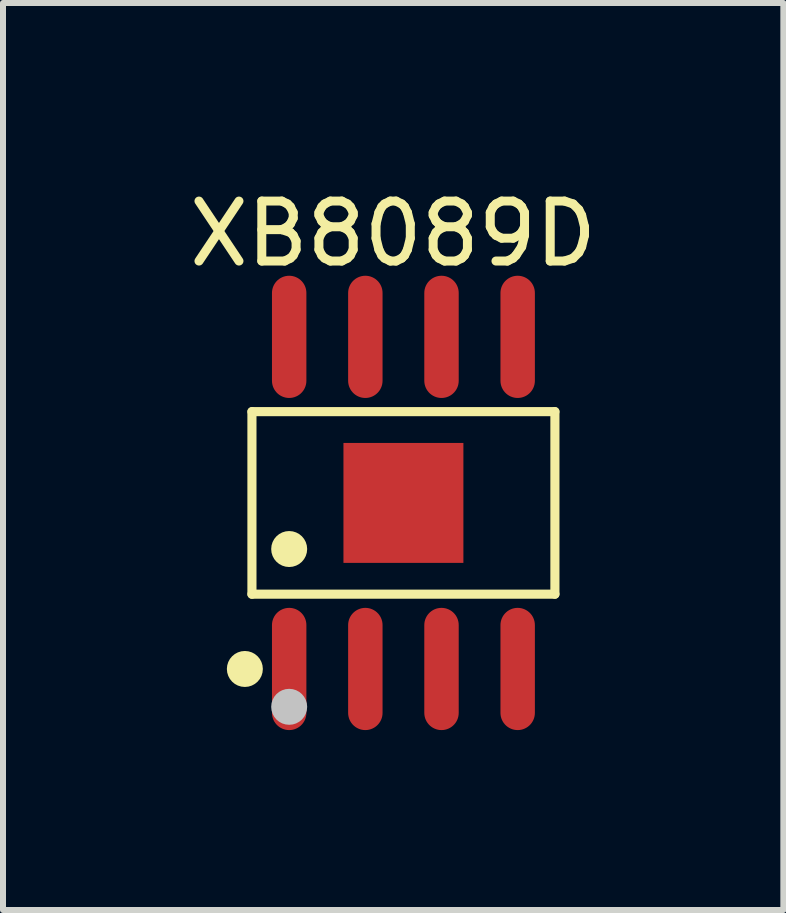
<source format=kicad_pcb>
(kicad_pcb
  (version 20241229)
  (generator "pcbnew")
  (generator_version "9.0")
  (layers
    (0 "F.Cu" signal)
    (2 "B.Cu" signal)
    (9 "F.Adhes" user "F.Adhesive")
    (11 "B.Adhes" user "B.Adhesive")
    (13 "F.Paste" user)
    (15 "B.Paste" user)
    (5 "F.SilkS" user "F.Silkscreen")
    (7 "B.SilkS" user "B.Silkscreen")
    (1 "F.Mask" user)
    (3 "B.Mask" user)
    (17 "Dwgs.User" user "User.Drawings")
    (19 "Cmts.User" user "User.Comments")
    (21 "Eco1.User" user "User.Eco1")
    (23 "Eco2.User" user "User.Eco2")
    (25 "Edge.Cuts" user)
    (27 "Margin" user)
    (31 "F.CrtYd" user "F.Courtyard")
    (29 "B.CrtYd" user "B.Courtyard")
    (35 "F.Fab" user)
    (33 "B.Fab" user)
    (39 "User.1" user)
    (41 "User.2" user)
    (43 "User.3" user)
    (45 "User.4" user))
  (footprint "XB8089D"
    (layer "F.Cu")
    (at 3.677 5.336)
    (property "Reference" "XB8089D" (at -0.171 -4.488 0) (layer "F.SilkS") (effects (font (size 1 1) (thickness 0.15))))
    (fp_line (start -2.526 -1.522) (end 2.526 -1.522) (stroke (width 0.152) (type default)) (layer "F.SilkS"))
    (fp_line (start -2.526 1.522) (end -2.526 -1.522) (stroke (width 0.152) (type default)) (layer "F.SilkS"))
    (fp_line (start 2.526 -1.522) (end 2.526 1.522) (stroke (width 0.152) (type default)) (layer "F.SilkS"))
    (fp_line (start 2.526 1.522) (end -2.526 1.522) (stroke (width 0.152) (type default)) (layer "F.SilkS"))
    (fp_circle (center -2.644 2.769) (end -2.494 2.769) (stroke (width 0.3) (type default)) (fill no) (layer "F.SilkS"))
    (fp_circle (center -1.905 0.769) (end -1.755 0.769) (stroke (width 0.3) (type default)) (fill no) (layer "F.SilkS"))
    (fp_circle (center -1.905 3.4) (end -1.755 3.4) (stroke (width 0.3) (type default)) (fill no) (layer "Dwgs.User"))
    (fp_poly (pts (xy -2.11 -3) (xy -2.11 -2.165) (xy -1.7 -2.165) (xy -1.7 -3)) (stroke (width 0.1) (type default)) (fill no) (layer "User.1"))
    (fp_poly (pts (xy -2.11 -2.175) (xy -2.11 -1.94) (xy -1.7 -1.94) (xy -1.7 -2.175)) (stroke (width 0.1) (type default)) (fill no) (layer "User.1"))
    (fp_poly (pts (xy -2.11 2.175) (xy -2.11 1.94) (xy -1.7 1.94) (xy -1.7 2.175)) (stroke (width 0.1) (type default)) (fill no) (layer "User.1"))
    (fp_poly (pts (xy -2.11 3) (xy -2.11 2.165) (xy -1.7 2.165) (xy -1.7 3)) (stroke (width 0.1) (type default)) (fill no) (layer "User.1"))
    (fp_poly (pts (xy -1 1) (xy -1 -1) (xy 1 -1) (xy 1 1)) (stroke (width 0.1) (type default)) (fill no) (layer "User.1"))
    (fp_poly (pts (xy -0.84 -3) (xy -0.84 -2.165) (xy -0.43 -2.165) (xy -0.43 -3)) (stroke (width 0.1) (type default)) (fill no) (layer "User.1"))
    (fp_poly (pts (xy -0.84 -2.175) (xy -0.84 -1.94) (xy -0.43 -1.94) (xy -0.43 -2.175)) (stroke (width 0.1) (type default)) (fill no) (layer "User.1"))
    (fp_poly (pts (xy -0.84 2.175) (xy -0.84 1.94) (xy -0.43 1.94) (xy -0.43 2.175)) (stroke (width 0.1) (type default)) (fill no) (layer "User.1"))
    (fp_poly (pts (xy -0.84 3) (xy -0.84 2.165) (xy -0.43 2.165) (xy -0.43 3)) (stroke (width 0.1) (type default)) (fill no) (layer "User.1"))
    (fp_poly (pts (xy 0.43 -3) (xy 0.43 -2.165) (xy 0.84 -2.165) (xy 0.84 -3)) (stroke (width 0.1) (type default)) (fill no) (layer "User.1"))
    (fp_poly (pts (xy 0.43 -2.175) (xy 0.43 -1.94) (xy 0.84 -1.94) (xy 0.84 -2.175)) (stroke (width 0.1) (type default)) (fill no) (layer "User.1"))
    (fp_poly (pts (xy 0.43 2.175) (xy 0.43 1.94) (xy 0.84 1.94) (xy 0.84 2.175)) (stroke (width 0.1) (type default)) (fill no) (layer "User.1"))
    (fp_poly (pts (xy 0.43 3) (xy 0.43 2.165) (xy 0.84 2.165) (xy 0.84 3)) (stroke (width 0.1) (type default)) (fill no) (layer "User.1"))
    (fp_poly (pts (xy 1.7 -3) (xy 1.7 -2.165) (xy 2.11 -2.165) (xy 2.11 -3)) (stroke (width 0.1) (type default)) (fill no) (layer "User.1"))
    (fp_poly (pts (xy 1.7 -2.175) (xy 1.7 -1.94) (xy 2.11 -1.94) (xy 2.11 -2.175)) (stroke (width 0.1) (type default)) (fill no) (layer "User.1"))
    (fp_poly (pts (xy 1.7 2.175) (xy 1.7 1.94) (xy 2.11 1.94) (xy 2.11 2.175)) (stroke (width 0.1) (type default)) (fill no) (layer "User.1"))
    (fp_poly (pts (xy 1.7 3) (xy 1.7 2.165) (xy 2.11 2.165) (xy 2.11 3)) (stroke (width 0.1) (type default)) (fill no) (layer "User.1"))
    (fp_line (start -2.45 -1.95) (end 2.45 -1.95) (stroke (width 0.051) (type default)) (layer "User.2"))
    (fp_line (start -2.45 1.95) (end -2.45 -1.95) (stroke (width 0.051) (type default)) (layer "User.2"))
    (fp_line (start 2.45 -1.95) (end 2.45 1.95) (stroke (width 0.051) (type default)) (layer "User.2"))
    (fp_line (start 2.45 1.95) (end -2.45 1.95) (stroke (width 0.051) (type default)) (layer "User.2"))
    (fp_poly (pts (xy -2.39 3) (xy -2.408 2.958) (xy -2.45 2.94) (xy -2.492 2.958) (xy -2.51 3) (xy -2.492 3.042) (xy -2.45 3.06) (xy -2.408 3.042)) (stroke (width 0.1) (type default)) (fill no) (layer "User.3"))
    (pad "1" smd oval (at -1.905 2.769) (size 0.574 2.038) (layers "F.Cu" "F.Mask" "F.Paste"))
    (pad "2" smd oval (at -0.635 2.769) (size 0.574 2.038) (layers "F.Cu" "F.Mask" "F.Paste"))
    (pad "3" smd oval (at 0.635 2.769) (size 0.574 2.038) (layers "F.Cu" "F.Mask" "F.Paste"))
    (pad "4" smd oval (at 1.905 2.769) (size 0.574 2.038) (layers "F.Cu" "F.Mask" "F.Paste"))
    (pad "5" smd oval (at 1.905 -2.769) (size 0.574 2.038) (layers "F.Cu" "F.Mask" "F.Paste"))
    (pad "6" smd oval (at 0.635 -2.769) (size 0.574 2.038) (layers "F.Cu" "F.Mask" "F.Paste"))
    (pad "7" smd oval (at -0.635 -2.769) (size 0.574 2.038) (layers "F.Cu" "F.Mask" "F.Paste"))
    (pad "8" smd oval (at -1.905 -2.769) (size 0.574 2.038) (layers "F.Cu" "F.Mask" "F.Paste"))
    (pad "9" smd rect (at 0 0) (size 2 2) (layers "F.Cu" "F.Mask" "F.Paste")))
  (gr_rect
    (start -3 -3)
    (end 10.012 12.124)
    (stroke (width 0.1) (type default))
    (fill no)
    (layer "Edge.Cuts")))
</source>
